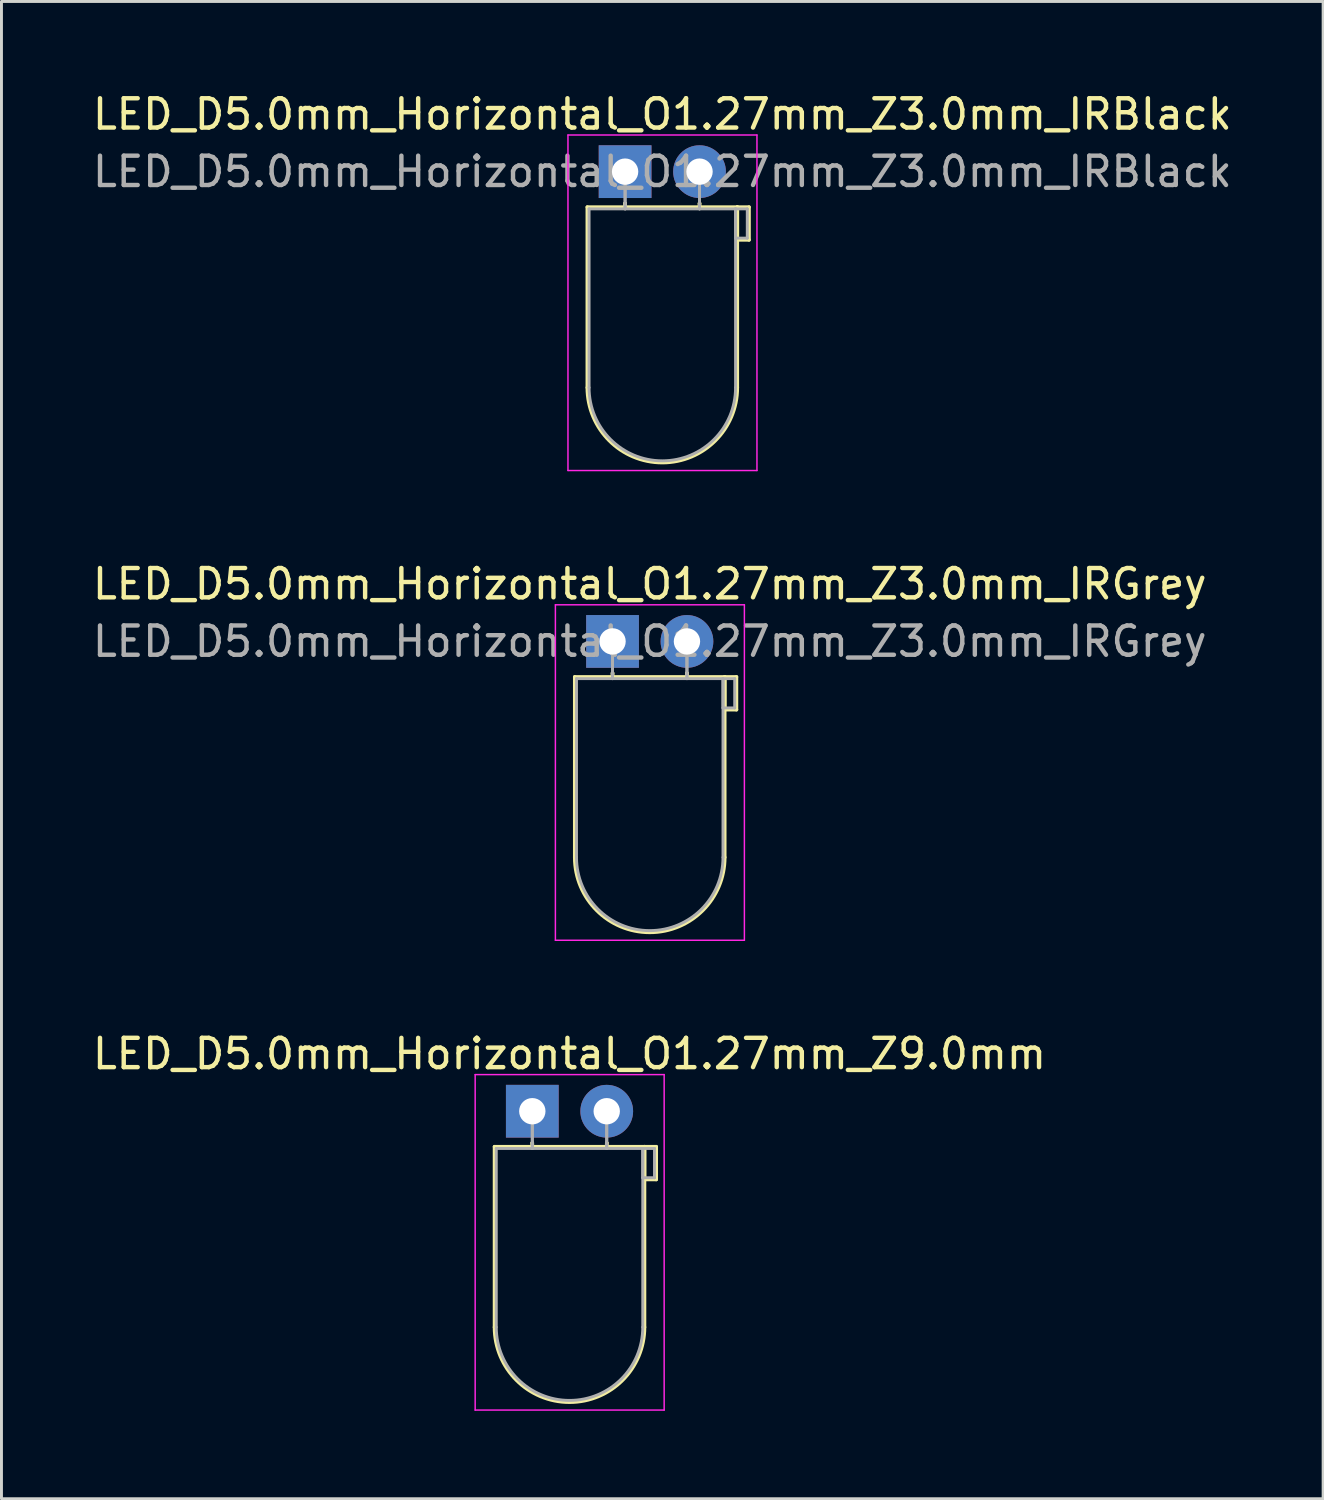
<source format=kicad_pcb>
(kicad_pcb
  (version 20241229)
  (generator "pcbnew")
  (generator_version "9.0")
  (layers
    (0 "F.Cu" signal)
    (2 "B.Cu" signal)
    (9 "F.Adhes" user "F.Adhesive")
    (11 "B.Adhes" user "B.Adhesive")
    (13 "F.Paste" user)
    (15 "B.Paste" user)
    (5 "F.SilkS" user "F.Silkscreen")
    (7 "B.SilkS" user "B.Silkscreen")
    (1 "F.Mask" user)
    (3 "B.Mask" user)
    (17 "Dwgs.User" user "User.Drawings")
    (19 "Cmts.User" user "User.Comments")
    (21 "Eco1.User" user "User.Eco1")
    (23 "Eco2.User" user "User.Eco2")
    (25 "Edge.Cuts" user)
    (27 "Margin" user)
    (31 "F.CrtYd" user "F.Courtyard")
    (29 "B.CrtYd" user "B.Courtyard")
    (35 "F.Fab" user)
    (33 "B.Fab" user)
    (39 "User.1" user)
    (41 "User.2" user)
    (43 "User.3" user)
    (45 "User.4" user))
  (footprint "LED_D5.0mm_Horizontal_O1.27mm_Z3.0mm_IRBlack"
    (layer "F.Cu")
    (at 18.284 2.808)
    (property "Reference" "LED_D5.0mm_Horizontal_O1.27mm_Z3.0mm_IRBlack" (at 1.27 -1.96 0) (layer "F.SilkS") (effects (font (size 1 1) (thickness 0.15))))
    (attr through_hole)
    (fp_line (start -1.29 1.21) (end -1.29 7.37) (stroke (width 0.12) (type solid)) (layer "F.SilkS"))
    (fp_line (start -1.29 1.21) (end 3.83 1.21) (stroke (width 0.12) (type solid)) (layer "F.SilkS"))
    (fp_line (start 0 1.08) (end 0 1.08) (stroke (width 0.12) (type solid)) (layer "F.SilkS"))
    (fp_line (start 0 1.08) (end 0 1.21) (stroke (width 0.12) (type solid)) (layer "F.SilkS"))
    (fp_line (start 0 1.21) (end 0 1.08) (stroke (width 0.12) (type solid)) (layer "F.SilkS"))
    (fp_line (start 0 1.21) (end 0 1.21) (stroke (width 0.12) (type solid)) (layer "F.SilkS"))
    (fp_line (start 2.54 1.08) (end 2.54 1.08) (stroke (width 0.12) (type solid)) (layer "F.SilkS"))
    (fp_line (start 2.54 1.08) (end 2.54 1.21) (stroke (width 0.12) (type solid)) (layer "F.SilkS"))
    (fp_line (start 2.54 1.21) (end 2.54 1.08) (stroke (width 0.12) (type solid)) (layer "F.SilkS"))
    (fp_line (start 2.54 1.21) (end 2.54 1.21) (stroke (width 0.12) (type solid)) (layer "F.SilkS"))
    (fp_line (start 3.83 1.21) (end 3.83 7.37) (stroke (width 0.12) (type solid)) (layer "F.SilkS"))
    (fp_line (start 3.83 1.21) (end 4.23 1.21) (stroke (width 0.12) (type solid)) (layer "F.SilkS"))
    (fp_line (start 3.83 2.33) (end 3.83 1.21) (stroke (width 0.12) (type solid)) (layer "F.SilkS"))
    (fp_line (start 4.23 1.21) (end 4.23 2.33) (stroke (width 0.12) (type solid)) (layer "F.SilkS"))
    (fp_line (start 4.23 2.33) (end 3.83 2.33) (stroke (width 0.12) (type solid)) (layer "F.SilkS"))
    (fp_arc (start 3.83 7.37) (mid 1.27 9.93) (end -1.29 7.37) (stroke (width 0.12) (type solid)) (layer "F.SilkS"))
    (fp_line (start -1.95 -1.25) (end -1.95 10.2) (stroke (width 0.05) (type solid)) (layer "F.CrtYd"))
    (fp_line (start -1.95 10.2) (end 4.5 10.2) (stroke (width 0.05) (type solid)) (layer "F.CrtYd"))
    (fp_line (start 4.5 -1.25) (end -1.95 -1.25) (stroke (width 0.05) (type solid)) (layer "F.CrtYd"))
    (fp_line (start 4.5 10.2) (end 4.5 -1.25) (stroke (width 0.05) (type solid)) (layer "F.CrtYd"))
    (fp_line (start -1.23 1.27) (end -1.23 7.37) (stroke (width 0.1) (type solid)) (layer "F.Fab"))
    (fp_line (start -1.23 1.27) (end 3.77 1.27) (stroke (width 0.1) (type solid)) (layer "F.Fab"))
    (fp_line (start 0 0) (end 0 0) (stroke (width 0.1) (type solid)) (layer "F.Fab"))
    (fp_line (start 0 0) (end 0 1.27) (stroke (width 0.1) (type solid)) (layer "F.Fab"))
    (fp_line (start 0 1.27) (end 0 0) (stroke (width 0.1) (type solid)) (layer "F.Fab"))
    (fp_line (start 0 1.27) (end 0 1.27) (stroke (width 0.1) (type solid)) (layer "F.Fab"))
    (fp_line (start 2.54 0) (end 2.54 0) (stroke (width 0.1) (type solid)) (layer "F.Fab"))
    (fp_line (start 2.54 0) (end 2.54 1.27) (stroke (width 0.1) (type solid)) (layer "F.Fab"))
    (fp_line (start 2.54 1.27) (end 2.54 0) (stroke (width 0.1) (type solid)) (layer "F.Fab"))
    (fp_line (start 2.54 1.27) (end 2.54 1.27) (stroke (width 0.1) (type solid)) (layer "F.Fab"))
    (fp_line (start 3.77 1.27) (end 3.77 7.37) (stroke (width 0.1) (type solid)) (layer "F.Fab"))
    (fp_line (start 3.77 1.27) (end 4.17 1.27) (stroke (width 0.1) (type solid)) (layer "F.Fab"))
    (fp_line (start 3.77 2.27) (end 3.77 1.27) (stroke (width 0.1) (type solid)) (layer "F.Fab"))
    (fp_line (start 4.17 1.27) (end 4.17 2.27) (stroke (width 0.1) (type solid)) (layer "F.Fab"))
    (fp_line (start 4.17 2.27) (end 3.77 2.27) (stroke (width 0.1) (type solid)) (layer "F.Fab"))
    (fp_arc (start 3.77 7.37) (mid 1.27 9.87) (end -1.23 7.37) (stroke (width 0.1) (type solid)) (layer "F.Fab"))
    (fp_text user "${REFERENCE}" (at 1.27 0 0) (layer "F.Fab") (effects (font (size 1 1) (thickness 0.15))))
    (pad "1" thru_hole rect (at 0 0) (size 1.8 1.8) (drill 0.9) (layers "*.Cu" "*.Mask"))
    (pad "2" thru_hole circle (at 2.54 0) (size 1.8 1.8) (drill 0.9) (layers "*.Cu" "*.Mask")))
  (footprint "LED_D5.0mm_Horizontal_O1.27mm_Z9.0mm"
    (layer "F.Cu")
    (at 15.117 34.875)
    (property "Reference" "LED_D5.0mm_Horizontal_O1.27mm_Z9.0mm" (at 1.27 -1.96 0) (layer "F.SilkS") (effects (font (size 1 1) (thickness 0.15))))
    (attr through_hole)
    (fp_line (start -1.29 1.21) (end -1.29 7.37) (stroke (width 0.12) (type solid)) (layer "F.SilkS"))
    (fp_line (start -1.29 1.21) (end 3.83 1.21) (stroke (width 0.12) (type solid)) (layer "F.SilkS"))
    (fp_line (start 0 1.08) (end 0 1.08) (stroke (width 0.12) (type solid)) (layer "F.SilkS"))
    (fp_line (start 0 1.08) (end 0 1.21) (stroke (width 0.12) (type solid)) (layer "F.SilkS"))
    (fp_line (start 0 1.21) (end 0 1.08) (stroke (width 0.12) (type solid)) (layer "F.SilkS"))
    (fp_line (start 0 1.21) (end 0 1.21) (stroke (width 0.12) (type solid)) (layer "F.SilkS"))
    (fp_line (start 2.54 1.08) (end 2.54 1.08) (stroke (width 0.12) (type solid)) (layer "F.SilkS"))
    (fp_line (start 2.54 1.08) (end 2.54 1.21) (stroke (width 0.12) (type solid)) (layer "F.SilkS"))
    (fp_line (start 2.54 1.21) (end 2.54 1.08) (stroke (width 0.12) (type solid)) (layer "F.SilkS"))
    (fp_line (start 2.54 1.21) (end 2.54 1.21) (stroke (width 0.12) (type solid)) (layer "F.SilkS"))
    (fp_line (start 3.83 1.21) (end 3.83 7.37) (stroke (width 0.12) (type solid)) (layer "F.SilkS"))
    (fp_line (start 3.83 1.21) (end 4.23 1.21) (stroke (width 0.12) (type solid)) (layer "F.SilkS"))
    (fp_line (start 3.83 2.33) (end 3.83 1.21) (stroke (width 0.12) (type solid)) (layer "F.SilkS"))
    (fp_line (start 4.23 1.21) (end 4.23 2.33) (stroke (width 0.12) (type solid)) (layer "F.SilkS"))
    (fp_line (start 4.23 2.33) (end 3.83 2.33) (stroke (width 0.12) (type solid)) (layer "F.SilkS"))
    (fp_arc (start 3.83 7.37) (mid 1.27 9.93) (end -1.29 7.37) (stroke (width 0.12) (type solid)) (layer "F.SilkS"))
    (fp_line (start -1.95 -1.25) (end -1.95 10.2) (stroke (width 0.05) (type solid)) (layer "F.CrtYd"))
    (fp_line (start -1.95 10.2) (end 4.5 10.2) (stroke (width 0.05) (type solid)) (layer "F.CrtYd"))
    (fp_line (start 4.5 -1.25) (end -1.95 -1.25) (stroke (width 0.05) (type solid)) (layer "F.CrtYd"))
    (fp_line (start 4.5 10.2) (end 4.5 -1.25) (stroke (width 0.05) (type solid)) (layer "F.CrtYd"))
    (fp_line (start -1.23 1.27) (end -1.23 7.37) (stroke (width 0.1) (type solid)) (layer "F.Fab"))
    (fp_line (start -1.23 1.27) (end 3.77 1.27) (stroke (width 0.1) (type solid)) (layer "F.Fab"))
    (fp_line (start 0 0) (end 0 0) (stroke (width 0.1) (type solid)) (layer "F.Fab"))
    (fp_line (start 0 0) (end 0 1.27) (stroke (width 0.1) (type solid)) (layer "F.Fab"))
    (fp_line (start 0 1.27) (end 0 0) (stroke (width 0.1) (type solid)) (layer "F.Fab"))
    (fp_line (start 0 1.27) (end 0 1.27) (stroke (width 0.1) (type solid)) (layer "F.Fab"))
    (fp_line (start 2.54 0) (end 2.54 0) (stroke (width 0.1) (type solid)) (layer "F.Fab"))
    (fp_line (start 2.54 0) (end 2.54 1.27) (stroke (width 0.1) (type solid)) (layer "F.Fab"))
    (fp_line (start 2.54 1.27) (end 2.54 0) (stroke (width 0.1) (type solid)) (layer "F.Fab"))
    (fp_line (start 2.54 1.27) (end 2.54 1.27) (stroke (width 0.1) (type solid)) (layer "F.Fab"))
    (fp_line (start 3.77 1.27) (end 3.77 7.37) (stroke (width 0.1) (type solid)) (layer "F.Fab"))
    (fp_line (start 3.77 1.27) (end 4.17 1.27) (stroke (width 0.1) (type solid)) (layer "F.Fab"))
    (fp_line (start 3.77 2.27) (end 3.77 1.27) (stroke (width 0.1) (type solid)) (layer "F.Fab"))
    (fp_line (start 4.17 1.27) (end 4.17 2.27) (stroke (width 0.1) (type solid)) (layer "F.Fab"))
    (fp_line (start 4.17 2.27) (end 3.77 2.27) (stroke (width 0.1) (type solid)) (layer "F.Fab"))
    (fp_arc (start 3.77 7.37) (mid 1.27 9.87) (end -1.23 7.37) (stroke (width 0.1) (type solid)) (layer "F.Fab"))
    (pad "1" thru_hole rect (at 0 0) (size 1.8 1.8) (drill 0.9) (layers "*.Cu" "*.Mask"))
    (pad "2" thru_hole circle (at 2.54 0) (size 1.8 1.8) (drill 0.9) (layers "*.Cu" "*.Mask")))
  (footprint "LED_D5.0mm_Horizontal_O1.27mm_Z3.0mm_IRGrey"
    (layer "F.Cu")
    (at 17.855 18.841)
    (property "Reference" "LED_D5.0mm_Horizontal_O1.27mm_Z3.0mm_IRGrey" (at 1.27 -1.96 0) (layer "F.SilkS") (effects (font (size 1 1) (thickness 0.15))))
    (attr through_hole)
    (fp_line (start -1.29 1.21) (end -1.29 7.37) (stroke (width 0.12) (type solid)) (layer "F.SilkS"))
    (fp_line (start -1.29 1.21) (end 3.83 1.21) (stroke (width 0.12) (type solid)) (layer "F.SilkS"))
    (fp_line (start 0 1.08) (end 0 1.08) (stroke (width 0.12) (type solid)) (layer "F.SilkS"))
    (fp_line (start 0 1.08) (end 0 1.21) (stroke (width 0.12) (type solid)) (layer "F.SilkS"))
    (fp_line (start 0 1.21) (end 0 1.08) (stroke (width 0.12) (type solid)) (layer "F.SilkS"))
    (fp_line (start 0 1.21) (end 0 1.21) (stroke (width 0.12) (type solid)) (layer "F.SilkS"))
    (fp_line (start 2.54 1.08) (end 2.54 1.08) (stroke (width 0.12) (type solid)) (layer "F.SilkS"))
    (fp_line (start 2.54 1.08) (end 2.54 1.21) (stroke (width 0.12) (type solid)) (layer "F.SilkS"))
    (fp_line (start 2.54 1.21) (end 2.54 1.08) (stroke (width 0.12) (type solid)) (layer "F.SilkS"))
    (fp_line (start 2.54 1.21) (end 2.54 1.21) (stroke (width 0.12) (type solid)) (layer "F.SilkS"))
    (fp_line (start 3.83 1.21) (end 3.83 7.37) (stroke (width 0.12) (type solid)) (layer "F.SilkS"))
    (fp_line (start 3.83 1.21) (end 4.23 1.21) (stroke (width 0.12) (type solid)) (layer "F.SilkS"))
    (fp_line (start 3.83 2.33) (end 3.83 1.21) (stroke (width 0.12) (type solid)) (layer "F.SilkS"))
    (fp_line (start 4.23 1.21) (end 4.23 2.33) (stroke (width 0.12) (type solid)) (layer "F.SilkS"))
    (fp_line (start 4.23 2.33) (end 3.83 2.33) (stroke (width 0.12) (type solid)) (layer "F.SilkS"))
    (fp_arc (start 3.83 7.37) (mid 1.27 9.93) (end -1.29 7.37) (stroke (width 0.12) (type solid)) (layer "F.SilkS"))
    (fp_line (start -1.95 -1.25) (end -1.95 10.2) (stroke (width 0.05) (type solid)) (layer "F.CrtYd"))
    (fp_line (start -1.95 10.2) (end 4.5 10.2) (stroke (width 0.05) (type solid)) (layer "F.CrtYd"))
    (fp_line (start 4.5 -1.25) (end -1.95 -1.25) (stroke (width 0.05) (type solid)) (layer "F.CrtYd"))
    (fp_line (start 4.5 10.2) (end 4.5 -1.25) (stroke (width 0.05) (type solid)) (layer "F.CrtYd"))
    (fp_line (start -1.23 1.27) (end -1.23 7.37) (stroke (width 0.1) (type solid)) (layer "F.Fab"))
    (fp_line (start -1.23 1.27) (end 3.77 1.27) (stroke (width 0.1) (type solid)) (layer "F.Fab"))
    (fp_line (start 0 0) (end 0 0) (stroke (width 0.1) (type solid)) (layer "F.Fab"))
    (fp_line (start 0 0) (end 0 1.27) (stroke (width 0.1) (type solid)) (layer "F.Fab"))
    (fp_line (start 0 1.27) (end 0 0) (stroke (width 0.1) (type solid)) (layer "F.Fab"))
    (fp_line (start 0 1.27) (end 0 1.27) (stroke (width 0.1) (type solid)) (layer "F.Fab"))
    (fp_line (start 2.54 0) (end 2.54 0) (stroke (width 0.1) (type solid)) (layer "F.Fab"))
    (fp_line (start 2.54 0) (end 2.54 1.27) (stroke (width 0.1) (type solid)) (layer "F.Fab"))
    (fp_line (start 2.54 1.27) (end 2.54 0) (stroke (width 0.1) (type solid)) (layer "F.Fab"))
    (fp_line (start 2.54 1.27) (end 2.54 1.27) (stroke (width 0.1) (type solid)) (layer "F.Fab"))
    (fp_line (start 3.77 1.27) (end 3.77 7.37) (stroke (width 0.1) (type solid)) (layer "F.Fab"))
    (fp_line (start 3.77 1.27) (end 4.17 1.27) (stroke (width 0.1) (type solid)) (layer "F.Fab"))
    (fp_line (start 3.77 2.27) (end 3.77 1.27) (stroke (width 0.1) (type solid)) (layer "F.Fab"))
    (fp_line (start 4.17 1.27) (end 4.17 2.27) (stroke (width 0.1) (type solid)) (layer "F.Fab"))
    (fp_line (start 4.17 2.27) (end 3.77 2.27) (stroke (width 0.1) (type solid)) (layer "F.Fab"))
    (fp_arc (start 3.77 7.37) (mid 1.27 9.87) (end -1.23 7.37) (stroke (width 0.1) (type solid)) (layer "F.Fab"))
    (fp_text user "${REFERENCE}" (at 1.27 0 0) (layer "F.Fab") (effects (font (size 1 1) (thickness 0.15))))
    (pad "1" thru_hole rect (at 0 0) (size 1.8 1.8) (drill 0.9) (layers "*.Cu" "*.Mask"))
    (pad "2" thru_hole circle (at 2.54 0) (size 1.8 1.8) (drill 0.9) (layers "*.Cu" "*.Mask")))
  (gr_rect
    (start -3 -3)
    (end 42.107 48.1)
    (stroke (width 0.1) (type default))
    (fill no)
    (layer "Edge.Cuts")))
</source>
